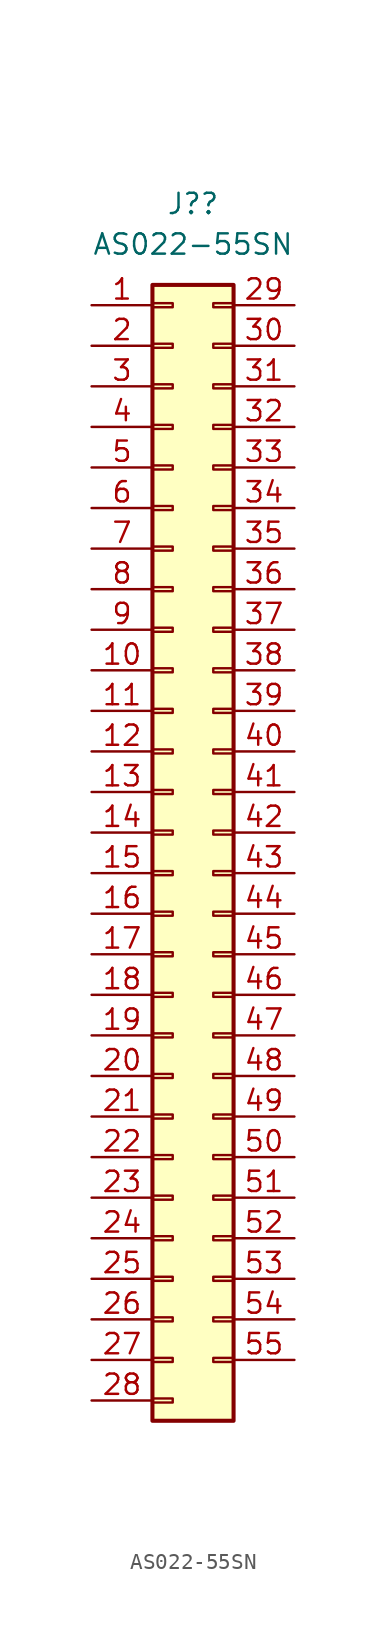
<source format=kicad_sym>
(kicad_symbol_lib
  (version 20220914)
  (generator kicad_symbol_editor)
  (symbol "AS022-55SN"
    (pin_names
      (offset 1.016) hide)
    (property "Reference" "J?"
      (at 1.27 39.37 0)
      (effects (font (size 1.27 1.27))))
    (property "Value" "AS022-55SN"
      (at 1.27 36.83 0)
      (effects (font (size 1.27 1.27))))
    (symbol "AS022-55SN_1_1"
      (rectangle (start -1.27 -35.433) (end 0 -35.687) (stroke (width 0.152) (type default)) (fill (type none)))
      (rectangle (start -1.27 -32.893) (end 0 -33.147) (stroke (width 0.152) (type default)) (fill (type none)))
      (rectangle (start -1.27 -30.353) (end 0 -30.607) (stroke (width 0.152) (type default)) (fill (type none)))
      (rectangle (start -1.27 -27.813) (end 0 -28.067) (stroke (width 0.152) (type default)) (fill (type none)))
      (rectangle (start -1.27 -25.273) (end 0 -25.527) (stroke (width 0.152) (type default)) (fill (type none)))
      (rectangle (start -1.27 -22.733) (end 0 -22.987) (stroke (width 0.152) (type default)) (fill (type none)))
      (rectangle (start -1.27 -20.193) (end 0 -20.447) (stroke (width 0.152) (type default)) (fill (type none)))
      (rectangle (start -1.27 -17.653) (end 0 -17.907) (stroke (width 0.152) (type default)) (fill (type none)))
      (rectangle (start -1.27 -15.113) (end 0 -15.367) (stroke (width 0.152) (type default)) (fill (type none)))
      (rectangle (start -1.27 -12.573) (end 0 -12.827) (stroke (width 0.152) (type default)) (fill (type none)))
      (rectangle (start -1.27 -10.033) (end 0 -10.287) (stroke (width 0.152) (type default)) (fill (type none)))
      (rectangle (start -1.27 -7.493) (end 0 -7.747) (stroke (width 0.152) (type default)) (fill (type none)))
      (rectangle (start -1.27 -4.953) (end 0 -5.207) (stroke (width 0.152) (type default)) (fill (type none)))
      (rectangle (start -1.27 -2.413) (end 0 -2.667) (stroke (width 0.152) (type default)) (fill (type none)))
      (rectangle (start -1.27 0.127) (end 0 -0.127) (stroke (width 0.152) (type default)) (fill (type none)))
      (rectangle (start -1.27 2.667) (end 0 2.413) (stroke (width 0.152) (type default)) (fill (type none)))
      (rectangle (start -1.27 5.207) (end 0 4.953) (stroke (width 0.152) (type default)) (fill (type none)))
      (rectangle (start -1.27 7.747) (end 0 7.493) (stroke (width 0.152) (type default)) (fill (type none)))
      (rectangle (start -1.27 10.287) (end 0 10.033) (stroke (width 0.152) (type default)) (fill (type none)))
      (rectangle (start -1.27 12.827) (end 0 12.573) (stroke (width 0.152) (type default)) (fill (type none)))
      (rectangle (start -1.27 15.367) (end 0 15.113) (stroke (width 0.152) (type default)) (fill (type none)))
      (rectangle (start -1.27 17.907) (end 0 17.653) (stroke (width 0.152) (type default)) (fill (type none)))
      (rectangle (start -1.27 20.447) (end 0 20.193) (stroke (width 0.152) (type default)) (fill (type none)))
      (rectangle (start -1.27 22.987) (end 0 22.733) (stroke (width 0.152) (type default)) (fill (type none)))
      (rectangle (start -1.27 25.527) (end 0 25.273) (stroke (width 0.152) (type default)) (fill (type none)))
      (rectangle (start -1.27 28.067) (end 0 27.813) (stroke (width 0.152) (type default)) (fill (type none)))
      (rectangle (start -1.27 30.607) (end 0 30.353) (stroke (width 0.152) (type default)) (fill (type none)))
      (rectangle (start -1.27 33.147) (end 0 32.893) (stroke (width 0.152) (type default)) (fill (type none)))
      (rectangle (start -1.27 34.29) (end 3.81 -36.83) (stroke (width 0.254) (type default)) (fill (type background)))
      (rectangle (start 3.81 -32.893) (end 2.54 -33.147) (stroke (width 0.152) (type default)) (fill (type none)))
      (rectangle (start 3.81 -30.353) (end 2.54 -30.607) (stroke (width 0.152) (type default)) (fill (type none)))
      (rectangle (start 3.81 -27.813) (end 2.54 -28.067) (stroke (width 0.152) (type default)) (fill (type none)))
      (rectangle (start 3.81 -25.273) (end 2.54 -25.527) (stroke (width 0.152) (type default)) (fill (type none)))
      (rectangle (start 3.81 -22.733) (end 2.54 -22.987) (stroke (width 0.152) (type default)) (fill (type none)))
      (rectangle (start 3.81 -20.193) (end 2.54 -20.447) (stroke (width 0.152) (type default)) (fill (type none)))
      (rectangle (start 3.81 -17.653) (end 2.54 -17.907) (stroke (width 0.152) (type default)) (fill (type none)))
      (rectangle (start 3.81 -15.113) (end 2.54 -15.367) (stroke (width 0.152) (type default)) (fill (type none)))
      (rectangle (start 3.81 -12.573) (end 2.54 -12.827) (stroke (width 0.152) (type default)) (fill (type none)))
      (rectangle (start 3.81 -10.033) (end 2.54 -10.287) (stroke (width 0.152) (type default)) (fill (type none)))
      (rectangle (start 3.81 -7.493) (end 2.54 -7.747) (stroke (width 0.152) (type default)) (fill (type none)))
      (rectangle (start 3.81 -4.953) (end 2.54 -5.207) (stroke (width 0.152) (type default)) (fill (type none)))
      (rectangle (start 3.81 -2.413) (end 2.54 -2.667) (stroke (width 0.152) (type default)) (fill (type none)))
      (rectangle (start 3.81 0.127) (end 2.54 -0.127) (stroke (width 0.152) (type default)) (fill (type none)))
      (rectangle (start 3.81 2.667) (end 2.54 2.413) (stroke (width 0.152) (type default)) (fill (type none)))
      (rectangle (start 3.81 5.207) (end 2.54 4.953) (stroke (width 0.152) (type default)) (fill (type none)))
      (rectangle (start 3.81 7.747) (end 2.54 7.493) (stroke (width 0.152) (type default)) (fill (type none)))
      (rectangle (start 3.81 10.287) (end 2.54 10.033) (stroke (width 0.152) (type default)) (fill (type none)))
      (rectangle (start 3.81 12.827) (end 2.54 12.573) (stroke (width 0.152) (type default)) (fill (type none)))
      (rectangle (start 3.81 15.367) (end 2.54 15.113) (stroke (width 0.152) (type default)) (fill (type none)))
      (rectangle (start 3.81 17.907) (end 2.54 17.653) (stroke (width 0.152) (type default)) (fill (type none)))
      (rectangle (start 3.81 20.447) (end 2.54 20.193) (stroke (width 0.152) (type default)) (fill (type none)))
      (rectangle (start 3.81 22.987) (end 2.54 22.733) (stroke (width 0.152) (type default)) (fill (type none)))
      (rectangle (start 3.81 25.527) (end 2.54 25.273) (stroke (width 0.152) (type default)) (fill (type none)))
      (rectangle (start 3.81 28.067) (end 2.54 27.813) (stroke (width 0.152) (type default)) (fill (type none)))
      (rectangle (start 3.81 30.607) (end 2.54 30.353) (stroke (width 0.152) (type default)) (fill (type none)))
      (rectangle (start 3.81 33.147) (end 2.54 32.893) (stroke (width 0.152) (type default)) (fill (type none)))
      (pin passive line (at -5.08 33.02 0) (length 3.81) (name "Pin_1" (effects (font (size 1.27 1.27)))) (number "1" (effects (font (size 1.27 1.27)))))
      (pin passive line (at -5.08 10.16 0) (length 3.81) (name "Pin_10" (effects (font (size 1.27 1.27)))) (number "10" (effects (font (size 1.27 1.27)))))
      (pin passive line (at -5.08 7.62 0) (length 3.81) (name "Pin_11" (effects (font (size 1.27 1.27)))) (number "11" (effects (font (size 1.27 1.27)))))
      (pin passive line (at -5.08 5.08 0) (length 3.81) (name "Pin_12" (effects (font (size 1.27 1.27)))) (number "12" (effects (font (size 1.27 1.27)))))
      (pin passive line (at -5.08 2.54 0) (length 3.81) (name "Pin_13" (effects (font (size 1.27 1.27)))) (number "13" (effects (font (size 1.27 1.27)))))
      (pin passive line (at -5.08 0 0) (length 3.81) (name "Pin_14" (effects (font (size 1.27 1.27)))) (number "14" (effects (font (size 1.27 1.27)))))
      (pin passive line (at -5.08 -2.54 0) (length 3.81) (name "Pin_15" (effects (font (size 1.27 1.27)))) (number "15" (effects (font (size 1.27 1.27)))))
      (pin passive line (at -5.08 -5.08 0) (length 3.81) (name "Pin_16" (effects (font (size 1.27 1.27)))) (number "16" (effects (font (size 1.27 1.27)))))
      (pin passive line (at -5.08 -7.62 0) (length 3.81) (name "Pin_17" (effects (font (size 1.27 1.27)))) (number "17" (effects (font (size 1.27 1.27)))))
      (pin passive line (at -5.08 -10.16 0) (length 3.81) (name "Pin_18" (effects (font (size 1.27 1.27)))) (number "18" (effects (font (size 1.27 1.27)))))
      (pin passive line (at -5.08 -12.7 0) (length 3.81) (name "Pin_19" (effects (font (size 1.27 1.27)))) (number "19" (effects (font (size 1.27 1.27)))))
      (pin passive line (at -5.08 30.48 0) (length 3.81) (name "Pin_2" (effects (font (size 1.27 1.27)))) (number "2" (effects (font (size 1.27 1.27)))))
      (pin passive line (at -5.08 -15.24 0) (length 3.81) (name "Pin_20" (effects (font (size 1.27 1.27)))) (number "20" (effects (font (size 1.27 1.27)))))
      (pin passive line (at -5.08 -17.78 0) (length 3.81) (name "Pin_21" (effects (font (size 1.27 1.27)))) (number "21" (effects (font (size 1.27 1.27)))))
      (pin passive line (at -5.08 -20.32 0) (length 3.81) (name "Pin_22" (effects (font (size 1.27 1.27)))) (number "22" (effects (font (size 1.27 1.27)))))
      (pin passive line (at -5.08 -22.86 0) (length 3.81) (name "Pin_23" (effects (font (size 1.27 1.27)))) (number "23" (effects (font (size 1.27 1.27)))))
      (pin passive line (at -5.08 -25.4 0) (length 3.81) (name "Pin_24" (effects (font (size 1.27 1.27)))) (number "24" (effects (font (size 1.27 1.27)))))
      (pin passive line (at -5.08 -27.94 0) (length 3.81) (name "Pin_25" (effects (font (size 1.27 1.27)))) (number "25" (effects (font (size 1.27 1.27)))))
      (pin passive line (at -5.08 -30.48 0) (length 3.81) (name "Pin_26" (effects (font (size 1.27 1.27)))) (number "26" (effects (font (size 1.27 1.27)))))
      (pin passive line (at -5.08 -33.02 0) (length 3.81) (name "Pin_27" (effects (font (size 1.27 1.27)))) (number "27" (effects (font (size 1.27 1.27)))))
      (pin passive line (at -5.08 -35.56 0) (length 3.81) (name "Pin_28" (effects (font (size 1.27 1.27)))) (number "28" (effects (font (size 1.27 1.27)))))
      (pin passive line (at 7.62 33.02 180) (length 3.81) (name "Pin_29" (effects (font (size 1.27 1.27)))) (number "29" (effects (font (size 1.27 1.27)))))
      (pin passive line (at -5.08 27.94 0) (length 3.81) (name "Pin_3" (effects (font (size 1.27 1.27)))) (number "3" (effects (font (size 1.27 1.27)))))
      (pin passive line (at 7.62 30.48 180) (length 3.81) (name "Pin_30" (effects (font (size 1.27 1.27)))) (number "30" (effects (font (size 1.27 1.27)))))
      (pin passive line (at 7.62 27.94 180) (length 3.81) (name "Pin_31" (effects (font (size 1.27 1.27)))) (number "31" (effects (font (size 1.27 1.27)))))
      (pin passive line (at 7.62 25.4 180) (length 3.81) (name "Pin_32" (effects (font (size 1.27 1.27)))) (number "32" (effects (font (size 1.27 1.27)))))
      (pin passive line (at 7.62 22.86 180) (length 3.81) (name "Pin_33" (effects (font (size 1.27 1.27)))) (number "33" (effects (font (size 1.27 1.27)))))
      (pin passive line (at 7.62 20.32 180) (length 3.81) (name "Pin_34" (effects (font (size 1.27 1.27)))) (number "34" (effects (font (size 1.27 1.27)))))
      (pin passive line (at 7.62 17.78 180) (length 3.81) (name "Pin_35" (effects (font (size 1.27 1.27)))) (number "35" (effects (font (size 1.27 1.27)))))
      (pin passive line (at 7.62 15.24 180) (length 3.81) (name "Pin_36" (effects (font (size 1.27 1.27)))) (number "36" (effects (font (size 1.27 1.27)))))
      (pin passive line (at 7.62 12.7 180) (length 3.81) (name "Pin_37" (effects (font (size 1.27 1.27)))) (number "37" (effects (font (size 1.27 1.27)))))
      (pin passive line (at 7.62 10.16 180) (length 3.81) (name "Pin_38" (effects (font (size 1.27 1.27)))) (number "38" (effects (font (size 1.27 1.27)))))
      (pin passive line (at 7.62 7.62 180) (length 3.81) (name "Pin_39" (effects (font (size 1.27 1.27)))) (number "39" (effects (font (size 1.27 1.27)))))
      (pin passive line (at -5.08 25.4 0) (length 3.81) (name "Pin_4" (effects (font (size 1.27 1.27)))) (number "4" (effects (font (size 1.27 1.27)))))
      (pin passive line (at 7.62 5.08 180) (length 3.81) (name "Pin_40" (effects (font (size 1.27 1.27)))) (number "40" (effects (font (size 1.27 1.27)))))
      (pin passive line (at 7.62 2.54 180) (length 3.81) (name "Pin_41" (effects (font (size 1.27 1.27)))) (number "41" (effects (font (size 1.27 1.27)))))
      (pin passive line (at 7.62 0 180) (length 3.81) (name "Pin_42" (effects (font (size 1.27 1.27)))) (number "42" (effects (font (size 1.27 1.27)))))
      (pin passive line (at 7.62 -2.54 180) (length 3.81) (name "Pin_43" (effects (font (size 1.27 1.27)))) (number "43" (effects (font (size 1.27 1.27)))))
      (pin passive line (at 7.62 -5.08 180) (length 3.81) (name "Pin_44" (effects (font (size 1.27 1.27)))) (number "44" (effects (font (size 1.27 1.27)))))
      (pin passive line (at 7.62 -7.62 180) (length 3.81) (name "Pin_45" (effects (font (size 1.27 1.27)))) (number "45" (effects (font (size 1.27 1.27)))))
      (pin passive line (at 7.62 -10.16 180) (length 3.81) (name "Pin_46" (effects (font (size 1.27 1.27)))) (number "46" (effects (font (size 1.27 1.27)))))
      (pin passive line (at 7.62 -12.7 180) (length 3.81) (name "Pin_47" (effects (font (size 1.27 1.27)))) (number "47" (effects (font (size 1.27 1.27)))))
      (pin passive line (at 7.62 -15.24 180) (length 3.81) (name "Pin_48" (effects (font (size 1.27 1.27)))) (number "48" (effects (font (size 1.27 1.27)))))
      (pin passive line (at 7.62 -17.78 180) (length 3.81) (name "Pin_49" (effects (font (size 1.27 1.27)))) (number "49" (effects (font (size 1.27 1.27)))))
      (pin passive line (at -5.08 22.86 0) (length 3.81) (name "Pin_5" (effects (font (size 1.27 1.27)))) (number "5" (effects (font (size 1.27 1.27)))))
      (pin passive line (at 7.62 -20.32 180) (length 3.81) (name "Pin_50" (effects (font (size 1.27 1.27)))) (number "50" (effects (font (size 1.27 1.27)))))
      (pin passive line (at 7.62 -22.86 180) (length 3.81) (name "Pin_51" (effects (font (size 1.27 1.27)))) (number "51" (effects (font (size 1.27 1.27)))))
      (pin passive line (at 7.62 -25.4 180) (length 3.81) (name "Pin_52" (effects (font (size 1.27 1.27)))) (number "52" (effects (font (size 1.27 1.27)))))
      (pin passive line (at 7.62 -27.94 180) (length 3.81) (name "Pin_53" (effects (font (size 1.27 1.27)))) (number "53" (effects (font (size 1.27 1.27)))))
      (pin passive line (at 7.62 -30.48 180) (length 3.81) (name "Pin_54" (effects (font (size 1.27 1.27)))) (number "54" (effects (font (size 1.27 1.27)))))
      (pin passive line (at 7.62 -33.02 180) (length 3.81) (name "Pin_55" (effects (font (size 1.27 1.27)))) (number "55" (effects (font (size 1.27 1.27)))))
      (pin passive line (at -5.08 20.32 0) (length 3.81) (name "Pin_6" (effects (font (size 1.27 1.27)))) (number "6" (effects (font (size 1.27 1.27)))))
      (pin passive line (at -5.08 17.78 0) (length 3.81) (name "Pin_7" (effects (font (size 1.27 1.27)))) (number "7" (effects (font (size 1.27 1.27)))))
      (pin passive line (at -5.08 15.24 0) (length 3.81) (name "Pin_8" (effects (font (size 1.27 1.27)))) (number "8" (effects (font (size 1.27 1.27)))))
      (pin passive line (at -5.08 12.7 0) (length 3.81) (name "Pin_9" (effects (font (size 1.27 1.27)))) (number "9" (effects (font (size 1.27 1.27))))))))
</source>
